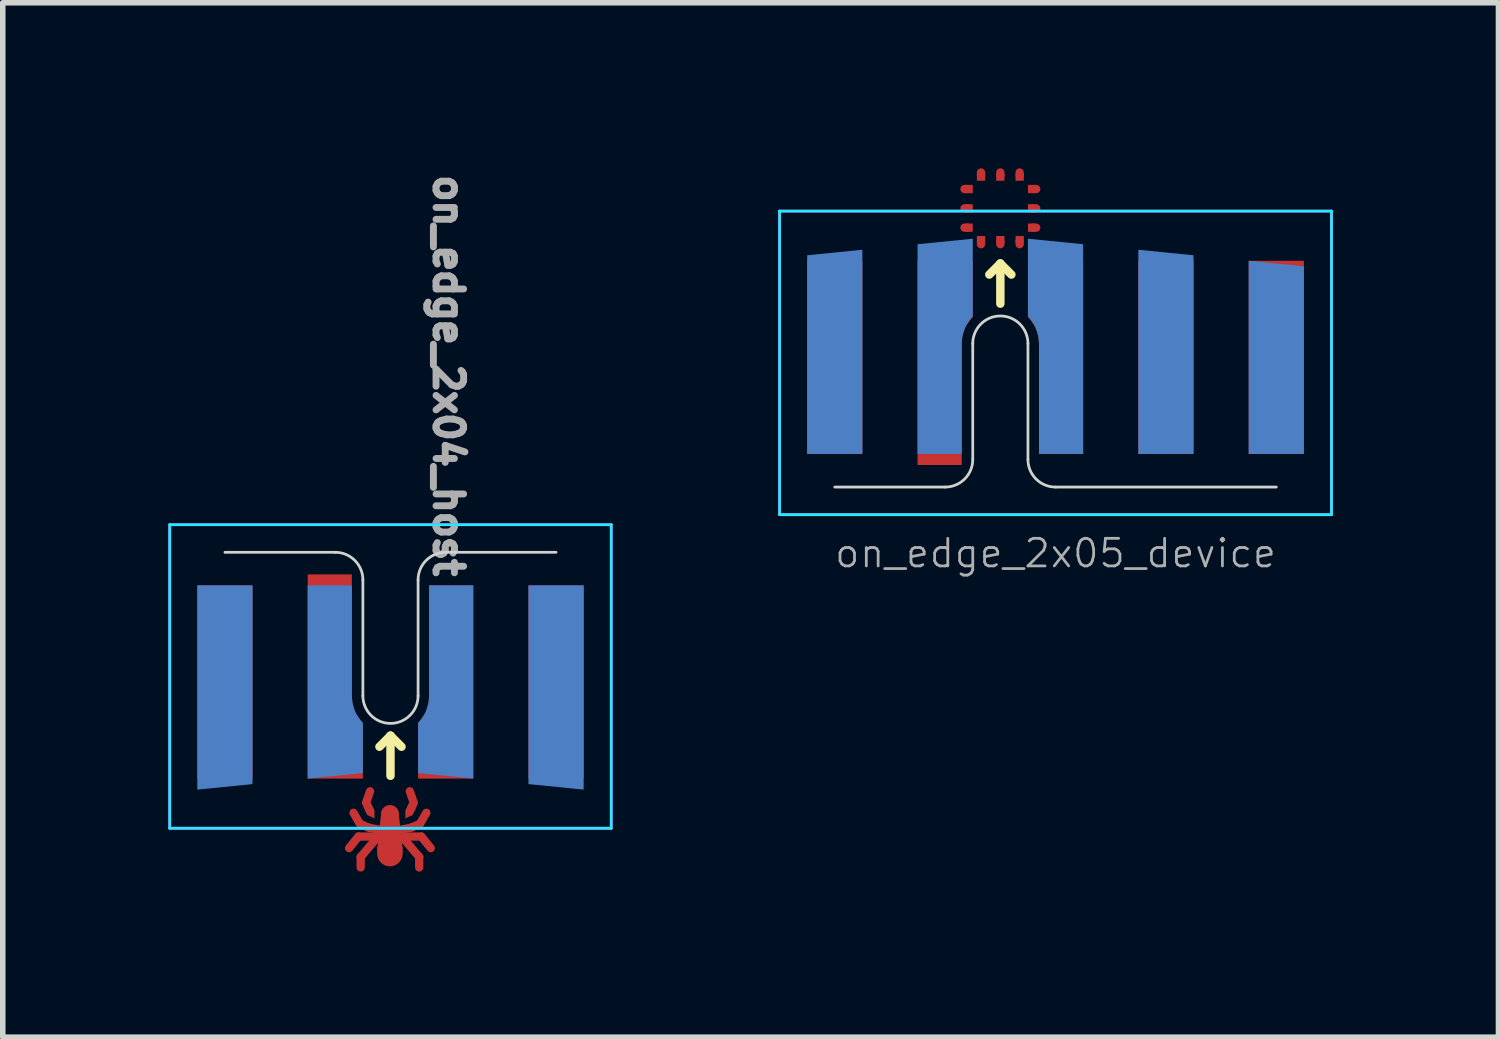
<source format=kicad_pcb>
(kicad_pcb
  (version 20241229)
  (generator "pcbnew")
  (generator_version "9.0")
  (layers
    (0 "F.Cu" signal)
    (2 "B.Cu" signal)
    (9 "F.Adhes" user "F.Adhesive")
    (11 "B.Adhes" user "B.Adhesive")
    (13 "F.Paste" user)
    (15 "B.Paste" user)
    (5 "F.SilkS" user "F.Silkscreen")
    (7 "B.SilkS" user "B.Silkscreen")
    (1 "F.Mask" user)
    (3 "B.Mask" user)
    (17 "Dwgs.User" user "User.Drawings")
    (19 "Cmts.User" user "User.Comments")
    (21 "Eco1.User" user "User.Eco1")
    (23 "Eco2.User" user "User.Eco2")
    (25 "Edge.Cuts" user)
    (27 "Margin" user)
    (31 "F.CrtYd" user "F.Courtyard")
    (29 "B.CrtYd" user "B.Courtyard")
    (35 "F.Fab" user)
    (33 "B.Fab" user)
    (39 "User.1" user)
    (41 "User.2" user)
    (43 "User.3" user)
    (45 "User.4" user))
  (footprint "on_edge_2x04_host"
    (layer "F.Cu")
    (at 5.025 6.957)
    (property "Reference" "on_edge_2x04_host" (at 0.05 -3.2 270) (unlocked yes) (layer "F.Fab") (effects (font (size 0.5 0.5) (thickness 0.125))))
    (attr exclude_from_pos_files exclude_from_bom)
    (fp_line (start -1.75 5.36) (end -1.58 5.15) (stroke (width 0.15) (type solid)) (layer "F.Cu"))
    (fp_line (start -1.67 4.72) (end -1.56 4.91) (stroke (width 0.15) (type solid)) (layer "F.Cu"))
    (fp_line (start -1.54 5.71) (end -1.54 5.52) (stroke (width 0.15) (type solid)) (layer "F.Cu"))
    (fp_line (start -1.44 4.54) (end -1.38 4.67) (stroke (width 0.15) (type solid)) (layer "F.Cu"))
    (fp_line (start -1.39 4.99) (end -1.55 4.92) (stroke (width 0.15) (type solid)) (layer "F.Cu"))
    (fp_line (start -1.39 4.99) (end -1.13 5.04) (stroke (width 0.15) (type solid)) (layer "F.Cu"))
    (fp_line (start -1.37 4.33) (end -1.44 4.53) (stroke (width 0.15) (type solid)) (layer "F.Cu"))
    (fp_line (start -1.26 5.19) (end -1.54 5.52) (stroke (width 0.15) (type solid)) (layer "F.Cu"))
    (fp_line (start -1.21 5.15) (end -1.58 5.15) (stroke (width 0.15) (type solid)) (layer "F.Cu"))
    (fp_line (start -1.09 5.4) (end -1.02 4.74) (stroke (width 0.3) (type solid)) (layer "F.Cu"))
    (fp_line (start -1.01 5.46) (end -1.01 5.39) (stroke (width 0.46) (type solid)) (layer "F.Cu"))
    (fp_line (start -1.01 5.51) (end -1.01 4.74) (stroke (width 0.32) (type solid)) (layer "F.Cu"))
    (fp_line (start -0.93 5.4) (end -1 4.74) (stroke (width 0.3) (type solid)) (layer "F.Cu"))
    (fp_line (start -0.81 5.15) (end -0.44 5.15) (stroke (width 0.15) (type solid)) (layer "F.Cu"))
    (fp_line (start -0.76 5.19) (end -0.48 5.52) (stroke (width 0.15) (type solid)) (layer "F.Cu"))
    (fp_line (start -0.65 4.33) (end -0.58 4.53) (stroke (width 0.15) (type solid)) (layer "F.Cu"))
    (fp_line (start -0.63 4.99) (end -0.89 5.04) (stroke (width 0.15) (type solid)) (layer "F.Cu"))
    (fp_line (start -0.63 4.99) (end -0.47 4.92) (stroke (width 0.15) (type solid)) (layer "F.Cu"))
    (fp_line (start -0.58 4.54) (end -0.64 4.67) (stroke (width 0.15) (type solid)) (layer "F.Cu"))
    (fp_line (start -0.48 5.71) (end -0.48 5.52) (stroke (width 0.15) (type solid)) (layer "F.Cu"))
    (fp_line (start -0.35 4.72) (end -0.46 4.91) (stroke (width 0.15) (type solid)) (layer "F.Cu"))
    (fp_line (start -0.27 5.36) (end -0.44 5.15) (stroke (width 0.15) (type solid)) (layer "F.Cu"))
    (fp_poly (pts (xy -1.35 4.56) (xy -1.29 4.68) (xy -1.29 4.82) (xy -1.42 4.76) (xy -1.49 4.61) (xy -1.4 4.64)) (stroke (width 0.001) (type solid)) (fill yes) (layer "F.Cu"))
    (fp_poly (pts (xy -0.67 4.56) (xy -0.73 4.68) (xy -0.73 4.82) (xy -0.6 4.76) (xy -0.53 4.61) (xy -0.62 4.64)) (stroke (width 0.001) (type solid)) (fill yes) (layer "F.Cu"))
    (fp_line (start -1.75 5.36) (end -1.58 5.15) (stroke (width 0.15) (type solid)) (layer "F.Mask"))
    (fp_line (start -1.67 4.72) (end -1.56 4.91) (stroke (width 0.15) (type solid)) (layer "F.Mask"))
    (fp_line (start -1.54 5.71) (end -1.54 5.52) (stroke (width 0.15) (type solid)) (layer "F.Mask"))
    (fp_line (start -1.44 4.54) (end -1.38 4.67) (stroke (width 0.15) (type solid)) (layer "F.Mask"))
    (fp_line (start -1.39 4.99) (end -1.55 4.92) (stroke (width 0.15) (type solid)) (layer "F.Mask"))
    (fp_line (start -1.39 4.99) (end -1.13 5.04) (stroke (width 0.15) (type solid)) (layer "F.Mask"))
    (fp_line (start -1.37 4.33) (end -1.44 4.53) (stroke (width 0.15) (type solid)) (layer "F.Mask"))
    (fp_line (start -1.26 5.19) (end -1.54 5.52) (stroke (width 0.15) (type solid)) (layer "F.Mask"))
    (fp_line (start -1.21 5.15) (end -1.58 5.15) (stroke (width 0.15) (type solid)) (layer "F.Mask"))
    (fp_line (start -1.09 5.4) (end -1.02 4.74) (stroke (width 0.3) (type solid)) (layer "F.Mask"))
    (fp_line (start -1.01 5.46) (end -1.01 5.39) (stroke (width 0.46) (type solid)) (layer "F.Mask"))
    (fp_line (start -1.01 5.51) (end -1.01 4.74) (stroke (width 0.32) (type solid)) (layer "F.Mask"))
    (fp_line (start -0.93 5.4) (end -1 4.74) (stroke (width 0.3) (type solid)) (layer "F.Mask"))
    (fp_line (start -0.81 5.15) (end -0.44 5.15) (stroke (width 0.15) (type solid)) (layer "F.Mask"))
    (fp_line (start -0.76 5.19) (end -0.48 5.52) (stroke (width 0.15) (type solid)) (layer "F.Mask"))
    (fp_line (start -0.65 4.33) (end -0.58 4.53) (stroke (width 0.15) (type solid)) (layer "F.Mask"))
    (fp_line (start -0.63 4.99) (end -0.89 5.04) (stroke (width 0.15) (type solid)) (layer "F.Mask"))
    (fp_line (start -0.63 4.99) (end -0.47 4.92) (stroke (width 0.15) (type solid)) (layer "F.Mask"))
    (fp_line (start -0.58 4.54) (end -0.64 4.67) (stroke (width 0.15) (type solid)) (layer "F.Mask"))
    (fp_line (start -0.48 5.71) (end -0.48 5.52) (stroke (width 0.15) (type solid)) (layer "F.Mask"))
    (fp_line (start -0.35 4.72) (end -0.46 4.91) (stroke (width 0.15) (type solid)) (layer "F.Mask"))
    (fp_line (start -0.27 5.36) (end -0.44 5.15) (stroke (width 0.15) (type solid)) (layer "F.Mask"))
    (fp_poly (pts (xy -1.35 4.56) (xy -1.29 4.68) (xy -1.29 4.82) (xy -1.42 4.76) (xy -1.49 4.61) (xy -1.4 4.64)) (stroke (width 0.001) (type solid)) (fill yes) (layer "F.Mask"))
    (fp_poly (pts (xy -0.67 4.56) (xy -0.73 4.68) (xy -0.73 4.82) (xy -0.6 4.76) (xy -0.53 4.61) (xy -0.62 4.64)) (stroke (width 0.001) (type solid)) (fill yes) (layer "F.Mask"))
    (fp_line (start -1 3.323) (end -1.2 3.523) (stroke (width 0.153) (type solid)) (layer "F.SilkS"))
    (fp_line (start -1 4.05) (end -1 3.323) (stroke (width 0.153) (type solid)) (layer "F.SilkS"))
    (fp_line (start -0.8 3.523) (end -1 3.323) (stroke (width 0.153) (type solid)) (layer "F.SilkS"))
    (fp_line (start -4 0) (end -2 0) (stroke (width 0.05) (type solid)) (layer "Edge.Cuts"))
    (fp_line (start -1.5 0.5) (end -1.5 2.6) (stroke (width 0.05) (type solid)) (layer "Edge.Cuts"))
    (fp_line (start -0.5 2.6) (end -0.5 0.5) (stroke (width 0.05) (type solid)) (layer "Edge.Cuts"))
    (fp_line (start 0 0) (end 2 0) (stroke (width 0.05) (type solid)) (layer "Edge.Cuts"))
    (fp_arc (start -2 0) (mid -1.646447 0.146447) (end -1.5 0.5) (stroke (width 0.05) (type solid)) (layer "Edge.Cuts"))
    (fp_arc (start -0.5 0.5) (mid -0.353553 0.146447) (end 0 0) (stroke (width 0.05) (type solid)) (layer "Edge.Cuts"))
    (fp_arc (start -0.5 2.6) (mid -1 3.1) (end -1.5 2.6) (stroke (width 0.05) (type solid)) (layer "Edge.Cuts"))
    (fp_line (start -5 -0.5) (end 3 -0.5) (stroke (width 0.05) (type solid)) (layer "B.CrtYd"))
    (fp_line (start -5 5) (end -5 -0.5) (stroke (width 0.05) (type solid)) (layer "B.CrtYd"))
    (fp_line (start 3 -0.5) (end 3 5) (stroke (width 0.05) (type solid)) (layer "B.CrtYd"))
    (fp_line (start 3 5) (end -5 5) (stroke (width 0.05) (type solid)) (layer "B.CrtYd"))
    (fp_line (start -5 -0.5) (end -5 5) (stroke (width 0.05) (type solid)) (layer "F.CrtYd"))
    (fp_line (start -5 5) (end 3 5) (stroke (width 0.05) (type solid)) (layer "F.CrtYd"))
    (fp_line (start 3 -0.5) (end -5 -0.5) (stroke (width 0.05) (type solid)) (layer "F.CrtYd"))
    (fp_line (start 3 5) (end 3 -0.5) (stroke (width 0.05) (type solid)) (layer "F.CrtYd"))
    (pad "1" smd custom (at -2 3.6) (size 1 1) (layers "F.Cu" "F.Mask") (options (anchor rect)) (primitives (gr_poly (pts (xy 0.3 -0.99) (xy 0.31 -0.88) (xy 0.33 -0.8) (xy 0.35 -0.74) (xy 0.37 -0.69) (xy 0.4 -0.64) (xy 0.44 -0.58) (xy 0.48 -0.53) (xy 0.5 -0.51) (xy 0.5 0.5) (xy -0.5 0.5) (xy -0.5 -3.2) (xy 0.3 -3.2)) (width 0) (fill yes))))
    (pad "2" smd custom (at 0 3.6) (size 1 1) (layers "F.Cu" "F.Mask") (options (anchor rect)) (primitives (gr_poly (pts (xy -0.3 -0.99) (xy -0.31 -0.88) (xy -0.33 -0.8) (xy -0.35 -0.74) (xy -0.37 -0.69) (xy -0.4 -0.64) (xy -0.44 -0.58) (xy -0.48 -0.53) (xy -0.5 -0.51) (xy -0.5 0.5) (xy 0.5 0.5) (xy 0.5 -3) (xy -0.3 -3)) (width 0) (fill yes))))
    (pad "3" smd custom (at -2 2.1 180) (size 0.4 0.4) (layers "B.Cu" "B.Mask") (options (anchor rect)) (primitives (gr_poly (pts (xy -0.3 -0.51) (xy -0.31 -0.62) (xy -0.33 -0.7) (xy -0.35 -0.76) (xy -0.37 -0.81) (xy -0.4 -0.86) (xy -0.44 -0.92) (xy -0.48 -0.97) (xy -0.5 -0.99) (xy -0.5 -1.9) (xy 0.5 -2) (xy 0.5 1.5) (xy -0.3 1.5)) (width 0) (fill yes))))
    (pad "4" smd custom (at 0 2.1 180) (size 0.4 0.4) (layers "B.Cu" "B.Mask") (options (anchor rect)) (primitives (gr_poly (pts (xy 0.3 -0.51) (xy 0.31 -0.62) (xy 0.33 -0.7) (xy 0.35 -0.76) (xy 0.37 -0.81) (xy 0.4 -0.86) (xy 0.44 -0.92) (xy 0.48 -0.97) (xy 0.5 -0.99) (xy 0.5 -1.9) (xy -0.5 -2) (xy -0.5 1.5) (xy 0.3 1.5)) (width 0) (fill yes))))
    (pad "5" smd rect (at 2 2.35) (size 1 3.5) (layers "F.Cu" "F.Mask"))
    (pad "6" smd custom (at 2 2.4 180) (size 1 3.6) (layers "B.Cu" "B.Mask") (options (anchor rect)) (primitives (gr_poly (pts (xy 0.5 -1.8) (xy -0.5 -1.9) (xy -0.5 -1.8)) (width 0) (fill yes))))
    (pad "7" smd rect (at -4 2.35) (size 1 3.5) (layers "F.Cu" "F.Mask"))
    (pad "8" smd custom (at -4 2.4 180) (size 1 3.6) (layers "B.Cu" "B.Mask") (options (anchor rect)) (primitives (gr_poly (pts (xy 0.5 -1.8) (xy 0.5 -1.9) (xy -0.5 -1.8)) (width 0) (fill yes)))))
  (footprint "on_edge_2x05_device"
    (layer "F.Cu")
    (at 16.075 5.775)
    (property "Reference" "on_edge_2x05_device" (at 0 1.2 0) (unlocked yes) (layer "F.Fab") (effects (font (size 0.5 0.5) (thickness 0.05))))
    (attr exclude_from_pos_files exclude_from_bom)
    (fp_line (start -1.6 -5.4) (end -1.65 -5.4) (stroke (width 0.15) (type solid)) (layer "F.Cu"))
    (fp_line (start -1.6 -5.05) (end -1.65 -5.05) (stroke (width 0.15) (type solid)) (layer "F.Cu"))
    (fp_line (start -1.6 -4.7) (end -1.65 -4.7) (stroke (width 0.15) (type solid)) (layer "F.Cu"))
    (fp_line (start -1.35 -5.65) (end -1.35 -5.7) (stroke (width 0.15) (type solid)) (layer "F.Cu"))
    (fp_line (start -1.35 -4.45) (end -1.35 -4.4) (stroke (width 0.15) (type solid)) (layer "F.Cu"))
    (fp_line (start -1 -5.65) (end -1 -5.7) (stroke (width 0.15) (type solid)) (layer "F.Cu"))
    (fp_line (start -1 -4.45) (end -1 -4.4) (stroke (width 0.15) (type solid)) (layer "F.Cu"))
    (fp_line (start -0.65 -5.65) (end -0.65 -5.7) (stroke (width 0.15) (type solid)) (layer "F.Cu"))
    (fp_line (start -0.65 -4.45) (end -0.65 -4.4) (stroke (width 0.15) (type solid)) (layer "F.Cu"))
    (fp_line (start -0.4 -5.4) (end -0.35 -5.4) (stroke (width 0.15) (type solid)) (layer "F.Cu"))
    (fp_line (start -0.4 -5.05) (end -0.35 -5.05) (stroke (width 0.15) (type solid)) (layer "F.Cu"))
    (fp_line (start -0.4 -4.7) (end -0.35 -4.7) (stroke (width 0.15) (type solid)) (layer "F.Cu"))
    (fp_poly (pts (xy -1.5 -5.475) (xy -1.5 -5.325) (xy -1.625 -5.325) (xy -1.625 -5.475)) (stroke (width 0) (type solid)) (fill yes) (layer "F.Cu"))
    (fp_poly (pts (xy -1.5 -5.125) (xy -1.5 -4.975) (xy -1.625 -4.975) (xy -1.625 -5.125)) (stroke (width 0) (type solid)) (fill yes) (layer "F.Cu"))
    (fp_poly (pts (xy -1.5 -4.775) (xy -1.5 -4.625) (xy -1.625 -4.625) (xy -1.625 -4.775)) (stroke (width 0) (type solid)) (fill yes) (layer "F.Cu"))
    (fp_poly (pts (xy -1.425 -4.55) (xy -1.275 -4.55) (xy -1.275 -4.425) (xy -1.425 -4.425)) (stroke (width 0) (type solid)) (fill yes) (layer "F.Cu"))
    (fp_poly (pts (xy -1.275 -5.55) (xy -1.425 -5.55) (xy -1.425 -5.675) (xy -1.275 -5.675)) (stroke (width 0) (type solid)) (fill yes) (layer "F.Cu"))
    (fp_poly (pts (xy -1.075 -4.55) (xy -0.925 -4.55) (xy -0.925 -4.425) (xy -1.075 -4.425)) (stroke (width 0) (type solid)) (fill yes) (layer "F.Cu"))
    (fp_poly (pts (xy -0.925 -5.55) (xy -1.075 -5.55) (xy -1.075 -5.675) (xy -0.925 -5.675)) (stroke (width 0) (type solid)) (fill yes) (layer "F.Cu"))
    (fp_poly (pts (xy -0.725 -4.55) (xy -0.575 -4.55) (xy -0.575 -4.425) (xy -0.725 -4.425)) (stroke (width 0) (type solid)) (fill yes) (layer "F.Cu"))
    (fp_poly (pts (xy -0.575 -5.55) (xy -0.725 -5.55) (xy -0.725 -5.675) (xy -0.575 -5.675)) (stroke (width 0) (type solid)) (fill yes) (layer "F.Cu"))
    (fp_poly (pts (xy -0.5 -5.325) (xy -0.5 -5.475) (xy -0.375 -5.475) (xy -0.375 -5.325)) (stroke (width 0) (type solid)) (fill yes) (layer "F.Cu"))
    (fp_poly (pts (xy -0.5 -4.975) (xy -0.5 -5.125) (xy -0.375 -5.125) (xy -0.375 -4.975)) (stroke (width 0) (type solid)) (fill yes) (layer "F.Cu"))
    (fp_poly (pts (xy -0.5 -4.625) (xy -0.5 -4.775) (xy -0.375 -4.775) (xy -0.375 -4.625)) (stroke (width 0) (type solid)) (fill yes) (layer "F.Cu"))
    (fp_line (start -1.5 -5.4) (end -1.65 -5.4) (stroke (width 0.15) (type solid)) (layer "F.Mask"))
    (fp_line (start -1.5 -5.05) (end -1.65 -5.05) (stroke (width 0.15) (type solid)) (layer "F.Mask"))
    (fp_line (start -1.5 -4.7) (end -1.65 -4.7) (stroke (width 0.15) (type solid)) (layer "F.Mask"))
    (fp_line (start -1.35 -5.55) (end -1.35 -5.7) (stroke (width 0.15) (type solid)) (layer "F.Mask"))
    (fp_line (start -1.35 -4.55) (end -1.35 -4.4) (stroke (width 0.15) (type solid)) (layer "F.Mask"))
    (fp_line (start -1 -5.55) (end -1 -5.7) (stroke (width 0.15) (type solid)) (layer "F.Mask"))
    (fp_line (start -1 -4.55) (end -1 -4.4) (stroke (width 0.15) (type solid)) (layer "F.Mask"))
    (fp_line (start -0.65 -5.55) (end -0.65 -5.7) (stroke (width 0.15) (type solid)) (layer "F.Mask"))
    (fp_line (start -0.65 -4.55) (end -0.65 -4.4) (stroke (width 0.15) (type solid)) (layer "F.Mask"))
    (fp_line (start -0.5 -5.4) (end -0.35 -5.4) (stroke (width 0.15) (type solid)) (layer "F.Mask"))
    (fp_line (start -0.5 -5.05) (end -0.35 -5.05) (stroke (width 0.15) (type solid)) (layer "F.Mask"))
    (fp_line (start -0.5 -4.7) (end -0.35 -4.7) (stroke (width 0.15) (type solid)) (layer "F.Mask"))
    (fp_poly (pts (xy -0.55 -4.6) (xy -1.45 -4.6) (xy -1.45 -5.5) (xy -0.55 -5.5)) (stroke (width 0.1) (type solid)) (fill yes) (layer "F.Mask"))
    (fp_line (start -1.2 -3.85) (end -1 -4.05) (stroke (width 0.153) (type solid)) (layer "F.SilkS"))
    (fp_line (start -1 -4.05) (end -1 -3.323) (stroke (width 0.153) (type solid)) (layer "F.SilkS"))
    (fp_line (start -1 -4.05) (end -0.8 -3.85) (stroke (width 0.153) (type solid)) (layer "F.SilkS"))
    (fp_line (start -4 0) (end -2 0) (stroke (width 0.05) (type solid)) (layer "Edge.Cuts"))
    (fp_line (start -1.5 -2.6) (end -1.5 -0.5) (stroke (width 0.05) (type solid)) (layer "Edge.Cuts"))
    (fp_line (start -0.5 -0.5) (end -0.5 -2.6) (stroke (width 0.05) (type solid)) (layer "Edge.Cuts"))
    (fp_line (start 0 0) (end 4 0) (stroke (width 0.05) (type solid)) (layer "Edge.Cuts"))
    (fp_arc (start -1.5 -2.6) (mid -1 -3.1) (end -0.5 -2.6) (stroke (width 0.05) (type solid)) (layer "Edge.Cuts"))
    (fp_arc (start -1.5 -0.5) (mid -1.646447 -0.146447) (end -2 0) (stroke (width 0.05) (type solid)) (layer "Edge.Cuts"))
    (fp_arc (start 0 0) (mid -0.353553 -0.146447) (end -0.5 -0.5) (stroke (width 0.05) (type solid)) (layer "Edge.Cuts"))
    (fp_line (start -5 -5) (end -5 0.5) (stroke (width 0.05) (type solid)) (layer "B.CrtYd"))
    (fp_line (start -5 0.5) (end 5 0.5) (stroke (width 0.05) (type solid)) (layer "B.CrtYd"))
    (fp_line (start 5 -5) (end -5 -5) (stroke (width 0.05) (type solid)) (layer "B.CrtYd"))
    (fp_line (start 5 0.5) (end 5 -5) (stroke (width 0.05) (type solid)) (layer "B.CrtYd"))
    (fp_line (start -5 -5) (end 5 -5) (stroke (width 0.05) (type solid)) (layer "F.CrtYd"))
    (fp_line (start -5 0.5) (end -5 -5) (stroke (width 0.05) (type solid)) (layer "F.CrtYd"))
    (fp_line (start 5 -5) (end 5 0.5) (stroke (width 0.05) (type solid)) (layer "F.CrtYd"))
    (fp_line (start 5 0.5) (end -5 0.5) (stroke (width 0.05) (type solid)) (layer "F.CrtYd"))
    (pad "1" smd custom (at -2 -3.6) (size 1 1) (layers "F.Cu" "F.Mask") (options (anchor rect)) (primitives (gr_poly (pts (xy 0.3 1) (xy 0.31 0.89) (xy 0.33 0.81) (xy 0.35 0.75) (xy 0.37 0.7) (xy 0.4 0.65) (xy 0.44 0.59) (xy 0.48 0.54) (xy 0.5 0.52) (xy 0.5 -0.5) (xy -0.5 -0.5) (xy -0.5 3.2) (xy 0.3 3.2)) (width 0) (fill yes))))
    (pad "2" smd custom (at 0 -3.6) (size 1 1) (layers "F.Cu" "F.Mask") (options (anchor rect)) (primitives (gr_poly (pts (xy -0.3 1) (xy -0.31 0.89) (xy -0.33 0.81) (xy -0.35 0.75) (xy -0.37 0.7) (xy -0.4 0.65) (xy -0.44 0.59) (xy -0.48 0.54) (xy -0.5 0.52) (xy -0.5 -0.5) (xy 0.5 -0.5) (xy 0.5 3) (xy -0.3 3)) (width 0) (fill yes))))
    (pad "3" smd custom (at -2 -2.1) (size 0.4 0.4) (layers "B.Cu" "B.Mask") (options (anchor rect)) (primitives (gr_poly (pts (xy 0.3 -0.51) (xy 0.31 -0.62) (xy 0.33 -0.7) (xy 0.35 -0.76) (xy 0.37 -0.81) (xy 0.4 -0.86) (xy 0.44 -0.92) (xy 0.48 -0.97) (xy 0.5 -0.99) (xy 0.5 -2.4) (xy -0.5 -2.3) (xy -0.5 1.5) (xy 0.3 1.5)) (width 0) (fill yes))))
    (pad "4" smd custom (at 0 -2.1) (size 0.4 0.4) (layers "B.Cu" "B.Mask") (options (anchor rect)) (primitives (gr_poly (pts (xy -0.3 -0.51) (xy -0.31 -0.62) (xy -0.33 -0.7) (xy -0.35 -0.76) (xy -0.37 -0.81) (xy -0.4 -0.86) (xy -0.44 -0.92) (xy -0.48 -0.97) (xy -0.5 -0.99) (xy -0.5 -2.4) (xy 0.5 -2.3) (xy 0.5 1.5) (xy -0.3 1.5)) (width 0) (fill yes))))
    (pad "5" smd rect (at 2 -2.35 180) (size 1 3.5) (layers "F.Cu" "F.Mask"))
    (pad "6" smd custom (at 2 -2.4) (size 1 3.6) (layers "B.Cu" "B.Mask") (options (anchor rect)) (primitives (gr_poly (pts (xy -0.5 -1.8) (xy -0.5 -1.9) (xy 0.5 -1.8)) (width 0) (fill yes))))
    (pad "7" smd rect (at -4 -2.35 180) (size 1 3.5) (layers "F.Cu" "F.Mask"))
    (pad "8" smd custom (at -4 -2.4) (size 1 3.6) (layers "B.Cu" "B.Mask") (options (anchor rect)) (primitives (gr_poly (pts (xy 0.5 -1.8) (xy 0.5 -1.9) (xy -0.5 -1.8)) (width 0) (fill yes))))
    (pad "9" smd rect (at 4 -2.35 180) (size 1 3.5) (layers "F.Cu" "F.Mask"))
    (pad "10" smd custom (at 4 -2.3) (size 1 3.4) (layers "B.Cu" "B.Mask") (options (anchor rect)) (primitives (gr_poly (pts (xy -0.5 -1.7) (xy -0.5 -1.8) (xy 0.5 -1.7)) (width 0) (fill yes)))))
  (gr_rect
    (start -3 -3)
    (end 24.1 15.742)
    (stroke (width 0.1) (type default))
    (fill no)
    (layer "Edge.Cuts")))
</source>
